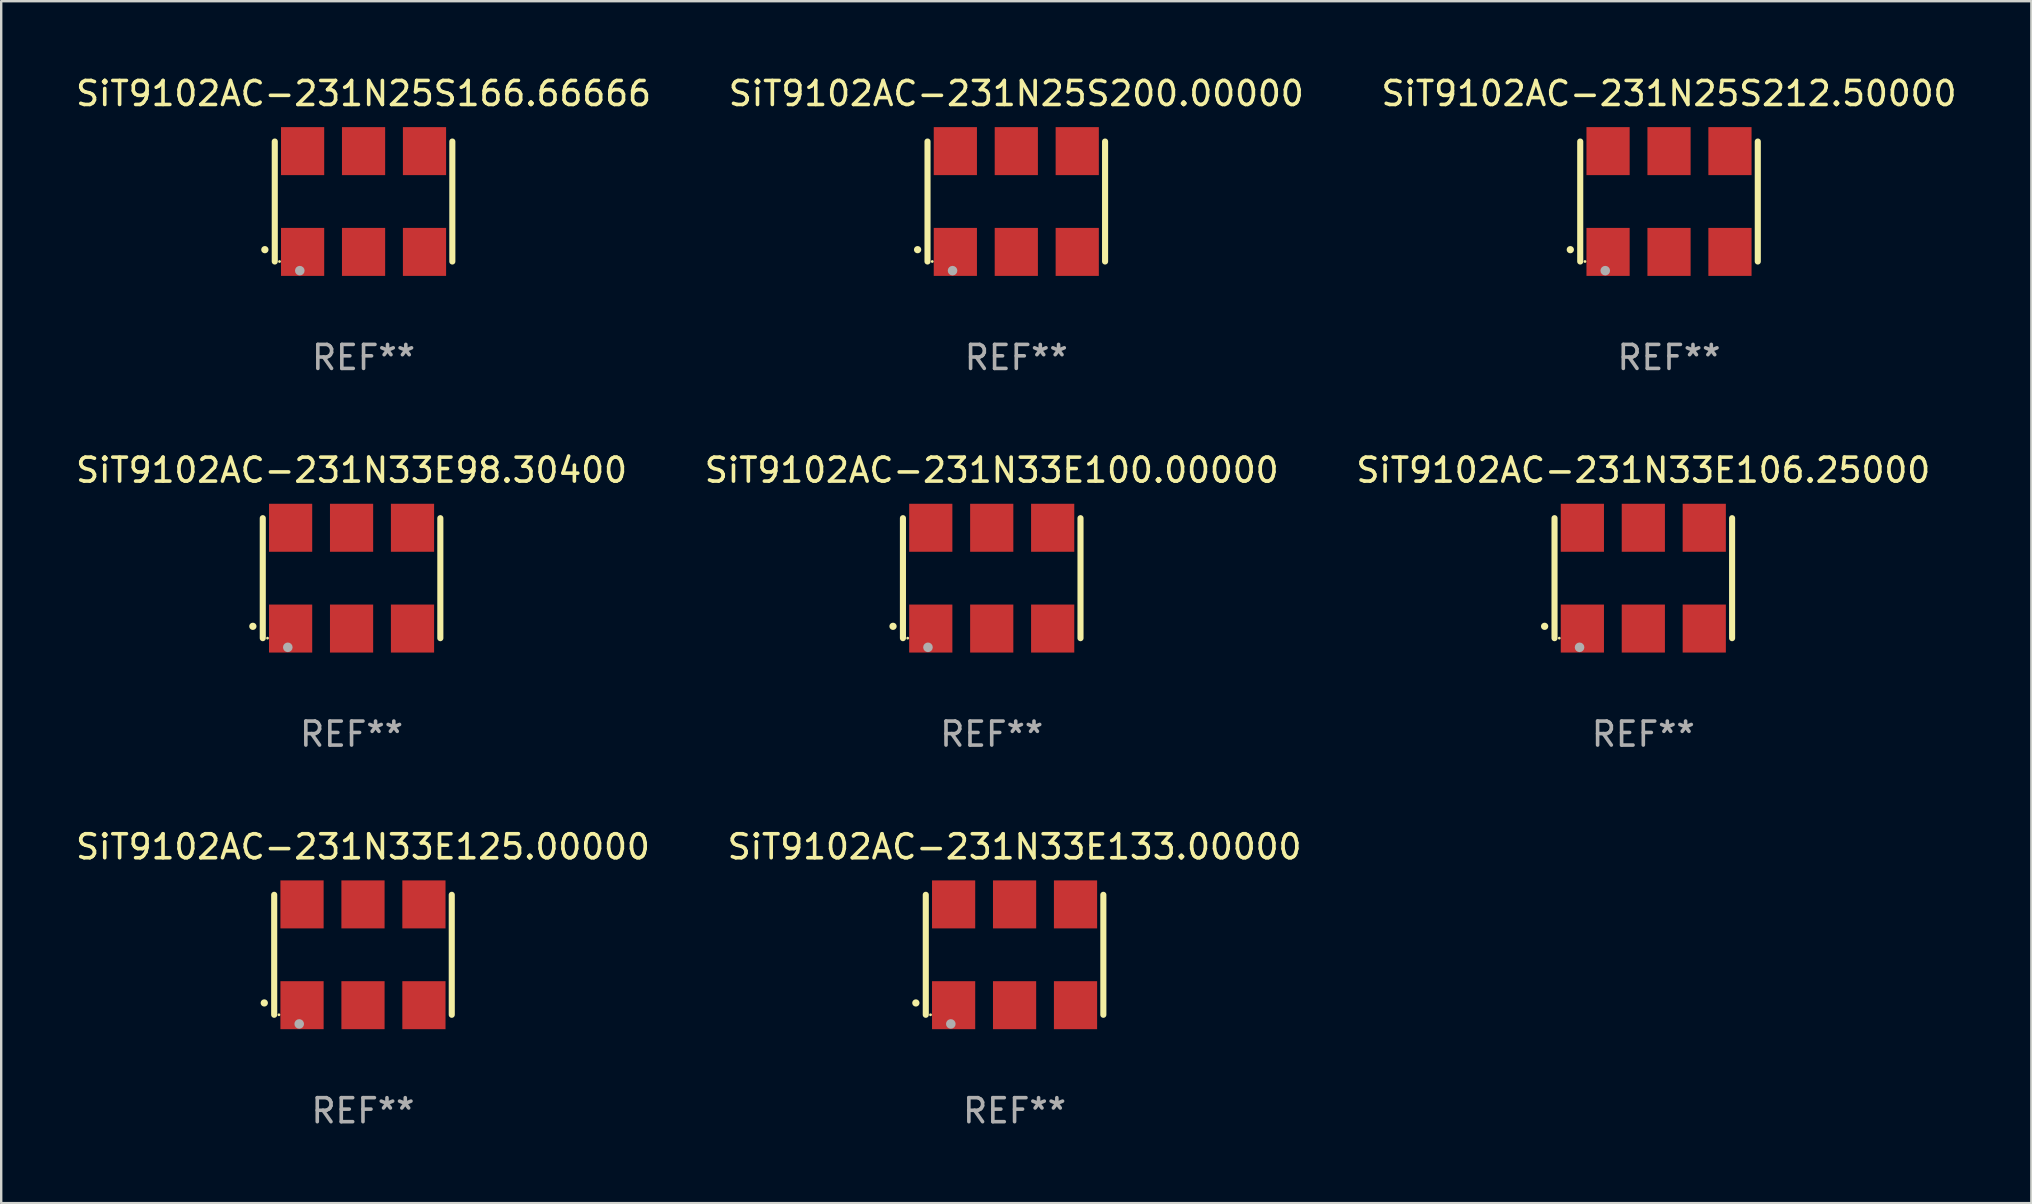
<source format=kicad_pcb>
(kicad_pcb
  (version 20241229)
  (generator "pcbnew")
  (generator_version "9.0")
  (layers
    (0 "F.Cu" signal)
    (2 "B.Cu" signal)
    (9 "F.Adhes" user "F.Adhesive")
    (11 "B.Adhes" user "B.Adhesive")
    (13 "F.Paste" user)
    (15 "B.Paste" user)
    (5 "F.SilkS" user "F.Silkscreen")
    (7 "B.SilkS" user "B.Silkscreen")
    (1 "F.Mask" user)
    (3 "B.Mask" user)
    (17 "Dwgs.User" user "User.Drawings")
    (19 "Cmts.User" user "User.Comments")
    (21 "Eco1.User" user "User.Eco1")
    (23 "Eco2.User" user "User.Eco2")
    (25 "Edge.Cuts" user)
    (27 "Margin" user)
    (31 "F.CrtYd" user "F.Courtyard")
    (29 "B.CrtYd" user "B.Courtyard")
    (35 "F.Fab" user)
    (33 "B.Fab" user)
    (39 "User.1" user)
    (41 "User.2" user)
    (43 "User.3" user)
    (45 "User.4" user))
  (footprint "SiT9102AC-231N25S212.50000"
    (layer "F.Cu")
    (at 66.506 5.348)
    (property "Reference" "SiT9102AC-231N25S212.50000" (at 0 -4.5 0) (layer "F.SilkS") (effects (font (size 1 1) (thickness 0.15))))
    (attr through_hole)
    (fp_line (start -3.7 -2.5) (end -3.7 2.5) (stroke (width 0.254) (type solid)) (layer "F.SilkS"))
    (fp_line (start 3.7 -2.5) (end 3.7 2.5) (stroke (width 0.254) (type solid)) (layer "F.SilkS"))
    (fp_arc (start -4.114415 2.006604) (mid -4.113145 2.006599) (end -4.111875 2.006604) (stroke (width 0.3) (type solid)) (layer "F.SilkS"))
    (fp_circle (center -3.502 2.5) (end -3.472 2.5) (stroke (width 0.06) (type solid)) (fill no) (layer "F.SilkS"))
    (fp_circle (center -2.657 2.882) (end -2.557 2.882) (stroke (width 0.2) (type solid)) (fill no) (layer "F.Fab"))
    (fp_text user "REF**" (at 0 6.5 0) (layer "F.Fab") (effects (font (size 1 1) (thickness 0.15))))
    (pad "1" smd rect (at -2.54 2.1) (size 1.8 2) (layers "F.Cu" "F.Mask" "F.Paste"))
    (pad "2" smd rect (at 0.000394 2.1) (size 1.8 2) (layers "F.Cu" "F.Mask" "F.Paste"))
    (pad "3" smd rect (at 2.54 2.1) (size 1.8 2) (layers "F.Cu" "F.Mask" "F.Paste"))
    (pad "4" smd rect (at 2.54 -2.1) (size 1.8 2) (layers "F.Cu" "F.Mask" "F.Paste"))
    (pad "5" smd rect (at 0.000394 -2.1) (size 1.8 2) (layers "F.Cu" "F.Mask" "F.Paste"))
    (pad "6" smd rect (at -2.54 -2.1) (size 1.8 2) (layers "F.Cu" "F.Mask" "F.Paste")))
  (footprint "SiT9102AC-231N33E106.25000"
    (layer "F.Cu")
    (at 65.435 21.045)
    (property "Reference" "SiT9102AC-231N33E106.25000" (at 0 -4.5 0) (layer "F.SilkS") (effects (font (size 1 1) (thickness 0.15))))
    (attr through_hole)
    (fp_line (start -3.7 -2.5) (end -3.7 2.5) (stroke (width 0.254) (type solid)) (layer "F.SilkS"))
    (fp_line (start 3.7 -2.5) (end 3.7 2.5) (stroke (width 0.254) (type solid)) (layer "F.SilkS"))
    (fp_arc (start -4.114415 2.006604) (mid -4.113145 2.006599) (end -4.111875 2.006604) (stroke (width 0.3) (type solid)) (layer "F.SilkS"))
    (fp_circle (center -3.502 2.5) (end -3.472 2.5) (stroke (width 0.06) (type solid)) (fill no) (layer "F.SilkS"))
    (fp_circle (center -2.657 2.882) (end -2.557 2.882) (stroke (width 0.2) (type solid)) (fill no) (layer "F.Fab"))
    (fp_text user "REF**" (at 0 6.5 0) (layer "F.Fab") (effects (font (size 1 1) (thickness 0.15))))
    (pad "1" smd rect (at -2.54 2.1) (size 1.8 2) (layers "F.Cu" "F.Mask" "F.Paste"))
    (pad "2" smd rect (at 0.000394 2.1) (size 1.8 2) (layers "F.Cu" "F.Mask" "F.Paste"))
    (pad "3" smd rect (at 2.54 2.1) (size 1.8 2) (layers "F.Cu" "F.Mask" "F.Paste"))
    (pad "4" smd rect (at 2.54 -2.1) (size 1.8 2) (layers "F.Cu" "F.Mask" "F.Paste"))
    (pad "5" smd rect (at 0.000394 -2.1) (size 1.8 2) (layers "F.Cu" "F.Mask" "F.Paste"))
    (pad "6" smd rect (at -2.54 -2.1) (size 1.8 2) (layers "F.Cu" "F.Mask" "F.Paste")))
  (footprint "SiT9102AC-231N33E133.00000"
    (layer "F.Cu")
    (at 39.232 36.741)
    (property "Reference" "SiT9102AC-231N33E133.00000" (at 0 -4.5 0) (layer "F.SilkS") (effects (font (size 1 1) (thickness 0.15))))
    (attr through_hole)
    (fp_line (start -3.7 -2.5) (end -3.7 2.5) (stroke (width 0.254) (type solid)) (layer "F.SilkS"))
    (fp_line (start 3.7 -2.5) (end 3.7 2.5) (stroke (width 0.254) (type solid)) (layer "F.SilkS"))
    (fp_arc (start -4.114415 2.006604) (mid -4.113145 2.006599) (end -4.111875 2.006604) (stroke (width 0.3) (type solid)) (layer "F.SilkS"))
    (fp_circle (center -3.502 2.5) (end -3.472 2.5) (stroke (width 0.06) (type solid)) (fill no) (layer "F.SilkS"))
    (fp_circle (center -2.657 2.882) (end -2.557 2.882) (stroke (width 0.2) (type solid)) (fill no) (layer "F.Fab"))
    (fp_text user "REF**" (at 0 6.5 0) (layer "F.Fab") (effects (font (size 1 1) (thickness 0.15))))
    (pad "1" smd rect (at -2.54 2.1) (size 1.8 2) (layers "F.Cu" "F.Mask" "F.Paste"))
    (pad "2" smd rect (at 0.000394 2.1) (size 1.8 2) (layers "F.Cu" "F.Mask" "F.Paste"))
    (pad "3" smd rect (at 2.54 2.1) (size 1.8 2) (layers "F.Cu" "F.Mask" "F.Paste"))
    (pad "4" smd rect (at 2.54 -2.1) (size 1.8 2) (layers "F.Cu" "F.Mask" "F.Paste"))
    (pad "5" smd rect (at 0.000394 -2.1) (size 1.8 2) (layers "F.Cu" "F.Mask" "F.Paste"))
    (pad "6" smd rect (at -2.54 -2.1) (size 1.8 2) (layers "F.Cu" "F.Mask" "F.Paste")))
  (footprint "SiT9102AC-231N33E98.30400"
    (layer "F.Cu")
    (at 11.601 21.045)
    (property "Reference" "SiT9102AC-231N33E98.30400" (at 0 -4.5 0) (layer "F.SilkS") (effects (font (size 1 1) (thickness 0.15))))
    (attr through_hole)
    (fp_line (start -3.7 -2.5) (end -3.7 2.5) (stroke (width 0.254) (type solid)) (layer "F.SilkS"))
    (fp_line (start 3.7 -2.5) (end 3.7 2.5) (stroke (width 0.254) (type solid)) (layer "F.SilkS"))
    (fp_arc (start -4.114415 2.006604) (mid -4.113145 2.006599) (end -4.111875 2.006604) (stroke (width 0.3) (type solid)) (layer "F.SilkS"))
    (fp_circle (center -3.502 2.5) (end -3.472 2.5) (stroke (width 0.06) (type solid)) (fill no) (layer "F.SilkS"))
    (fp_circle (center -2.657 2.882) (end -2.557 2.882) (stroke (width 0.2) (type solid)) (fill no) (layer "F.Fab"))
    (fp_text user "REF**" (at 0 6.5 0) (layer "F.Fab") (effects (font (size 1 1) (thickness 0.15))))
    (pad "1" smd rect (at -2.54 2.1) (size 1.8 2) (layers "F.Cu" "F.Mask" "F.Paste"))
    (pad "2" smd rect (at 0.000394 2.1) (size 1.8 2) (layers "F.Cu" "F.Mask" "F.Paste"))
    (pad "3" smd rect (at 2.54 2.1) (size 1.8 2) (layers "F.Cu" "F.Mask" "F.Paste"))
    (pad "4" smd rect (at 2.54 -2.1) (size 1.8 2) (layers "F.Cu" "F.Mask" "F.Paste"))
    (pad "5" smd rect (at 0.000394 -2.1) (size 1.8 2) (layers "F.Cu" "F.Mask" "F.Paste"))
    (pad "6" smd rect (at -2.54 -2.1) (size 1.8 2) (layers "F.Cu" "F.Mask" "F.Paste")))
  (footprint "SiT9102AC-231N25S200.00000"
    (layer "F.Cu")
    (at 39.304 5.348)
    (property "Reference" "SiT9102AC-231N25S200.00000" (at 0 -4.5 0) (layer "F.SilkS") (effects (font (size 1 1) (thickness 0.15))))
    (attr through_hole)
    (fp_line (start -3.7 -2.5) (end -3.7 2.5) (stroke (width 0.254) (type solid)) (layer "F.SilkS"))
    (fp_line (start 3.7 -2.5) (end 3.7 2.5) (stroke (width 0.254) (type solid)) (layer "F.SilkS"))
    (fp_arc (start -4.114415 2.006604) (mid -4.113145 2.006599) (end -4.111875 2.006604) (stroke (width 0.3) (type solid)) (layer "F.SilkS"))
    (fp_circle (center -3.502 2.5) (end -3.472 2.5) (stroke (width 0.06) (type solid)) (fill no) (layer "F.SilkS"))
    (fp_circle (center -2.657 2.882) (end -2.557 2.882) (stroke (width 0.2) (type solid)) (fill no) (layer "F.Fab"))
    (fp_text user "REF**" (at 0 6.5 0) (layer "F.Fab") (effects (font (size 1 1) (thickness 0.15))))
    (pad "1" smd rect (at -2.54 2.1) (size 1.8 2) (layers "F.Cu" "F.Mask" "F.Paste"))
    (pad "2" smd rect (at 0.000394 2.1) (size 1.8 2) (layers "F.Cu" "F.Mask" "F.Paste"))
    (pad "3" smd rect (at 2.54 2.1) (size 1.8 2) (layers "F.Cu" "F.Mask" "F.Paste"))
    (pad "4" smd rect (at 2.54 -2.1) (size 1.8 2) (layers "F.Cu" "F.Mask" "F.Paste"))
    (pad "5" smd rect (at 0.000394 -2.1) (size 1.8 2) (layers "F.Cu" "F.Mask" "F.Paste"))
    (pad "6" smd rect (at -2.54 -2.1) (size 1.8 2) (layers "F.Cu" "F.Mask" "F.Paste")))
  (footprint "SiT9102AC-231N33E125.00000"
    (layer "F.Cu")
    (at 12.077 36.741)
    (property "Reference" "SiT9102AC-231N33E125.00000" (at 0 -4.5 0) (layer "F.SilkS") (effects (font (size 1 1) (thickness 0.15))))
    (attr through_hole)
    (fp_line (start -3.7 -2.5) (end -3.7 2.5) (stroke (width 0.254) (type solid)) (layer "F.SilkS"))
    (fp_line (start 3.7 -2.5) (end 3.7 2.5) (stroke (width 0.254) (type solid)) (layer "F.SilkS"))
    (fp_arc (start -4.114415 2.006604) (mid -4.113145 2.006599) (end -4.111875 2.006604) (stroke (width 0.3) (type solid)) (layer "F.SilkS"))
    (fp_circle (center -3.502 2.5) (end -3.472 2.5) (stroke (width 0.06) (type solid)) (fill no) (layer "F.SilkS"))
    (fp_circle (center -2.657 2.882) (end -2.557 2.882) (stroke (width 0.2) (type solid)) (fill no) (layer "F.Fab"))
    (fp_text user "REF**" (at 0 6.5 0) (layer "F.Fab") (effects (font (size 1 1) (thickness 0.15))))
    (pad "1" smd rect (at -2.54 2.1) (size 1.8 2) (layers "F.Cu" "F.Mask" "F.Paste"))
    (pad "2" smd rect (at 0.000394 2.1) (size 1.8 2) (layers "F.Cu" "F.Mask" "F.Paste"))
    (pad "3" smd rect (at 2.54 2.1) (size 1.8 2) (layers "F.Cu" "F.Mask" "F.Paste"))
    (pad "4" smd rect (at 2.54 -2.1) (size 1.8 2) (layers "F.Cu" "F.Mask" "F.Paste"))
    (pad "5" smd rect (at 0.000394 -2.1) (size 1.8 2) (layers "F.Cu" "F.Mask" "F.Paste"))
    (pad "6" smd rect (at -2.54 -2.1) (size 1.8 2) (layers "F.Cu" "F.Mask" "F.Paste")))
  (footprint "SiT9102AC-231N25S166.66666"
    (layer "F.Cu")
    (at 12.101 5.348)
    (property "Reference" "SiT9102AC-231N25S166.66666" (at 0 -4.5 0) (layer "F.SilkS") (effects (font (size 1 1) (thickness 0.15))))
    (attr through_hole)
    (fp_line (start -3.7 -2.5) (end -3.7 2.5) (stroke (width 0.254) (type solid)) (layer "F.SilkS"))
    (fp_line (start 3.7 -2.5) (end 3.7 2.5) (stroke (width 0.254) (type solid)) (layer "F.SilkS"))
    (fp_arc (start -4.114415 2.006604) (mid -4.113145 2.006599) (end -4.111875 2.006604) (stroke (width 0.3) (type solid)) (layer "F.SilkS"))
    (fp_circle (center -3.502 2.5) (end -3.472 2.5) (stroke (width 0.06) (type solid)) (fill no) (layer "F.SilkS"))
    (fp_circle (center -2.657 2.882) (end -2.557 2.882) (stroke (width 0.2) (type solid)) (fill no) (layer "F.Fab"))
    (fp_text user "REF**" (at 0 6.5 0) (layer "F.Fab") (effects (font (size 1 1) (thickness 0.15))))
    (pad "1" smd rect (at -2.54 2.1) (size 1.8 2) (layers "F.Cu" "F.Mask" "F.Paste"))
    (pad "2" smd rect (at 0.000394 2.1) (size 1.8 2) (layers "F.Cu" "F.Mask" "F.Paste"))
    (pad "3" smd rect (at 2.54 2.1) (size 1.8 2) (layers "F.Cu" "F.Mask" "F.Paste"))
    (pad "4" smd rect (at 2.54 -2.1) (size 1.8 2) (layers "F.Cu" "F.Mask" "F.Paste"))
    (pad "5" smd rect (at 0.000394 -2.1) (size 1.8 2) (layers "F.Cu" "F.Mask" "F.Paste"))
    (pad "6" smd rect (at -2.54 -2.1) (size 1.8 2) (layers "F.Cu" "F.Mask" "F.Paste")))
  (footprint "SiT9102AC-231N33E100.00000"
    (layer "F.Cu")
    (at 38.28 21.045)
    (property "Reference" "SiT9102AC-231N33E100.00000" (at 0 -4.5 0) (layer "F.SilkS") (effects (font (size 1 1) (thickness 0.15))))
    (attr through_hole)
    (fp_line (start -3.7 -2.5) (end -3.7 2.5) (stroke (width 0.254) (type solid)) (layer "F.SilkS"))
    (fp_line (start 3.7 -2.5) (end 3.7 2.5) (stroke (width 0.254) (type solid)) (layer "F.SilkS"))
    (fp_arc (start -4.114415 2.006604) (mid -4.113145 2.006599) (end -4.111875 2.006604) (stroke (width 0.3) (type solid)) (layer "F.SilkS"))
    (fp_circle (center -3.502 2.5) (end -3.472 2.5) (stroke (width 0.06) (type solid)) (fill no) (layer "F.SilkS"))
    (fp_circle (center -2.657 2.882) (end -2.557 2.882) (stroke (width 0.2) (type solid)) (fill no) (layer "F.Fab"))
    (fp_text user "REF**" (at 0 6.5 0) (layer "F.Fab") (effects (font (size 1 1) (thickness 0.15))))
    (pad "1" smd rect (at -2.54 2.1) (size 1.8 2) (layers "F.Cu" "F.Mask" "F.Paste"))
    (pad "2" smd rect (at 0.000394 2.1) (size 1.8 2) (layers "F.Cu" "F.Mask" "F.Paste"))
    (pad "3" smd rect (at 2.54 2.1) (size 1.8 2) (layers "F.Cu" "F.Mask" "F.Paste"))
    (pad "4" smd rect (at 2.54 -2.1) (size 1.8 2) (layers "F.Cu" "F.Mask" "F.Paste"))
    (pad "5" smd rect (at 0.000394 -2.1) (size 1.8 2) (layers "F.Cu" "F.Mask" "F.Paste"))
    (pad "6" smd rect (at -2.54 -2.1) (size 1.8 2) (layers "F.Cu" "F.Mask" "F.Paste")))
  (gr_rect
    (start -3 -3)
    (end 81.607 47.09)
    (stroke (width 0.1) (type default))
    (fill no)
    (layer "Edge.Cuts")))
</source>
